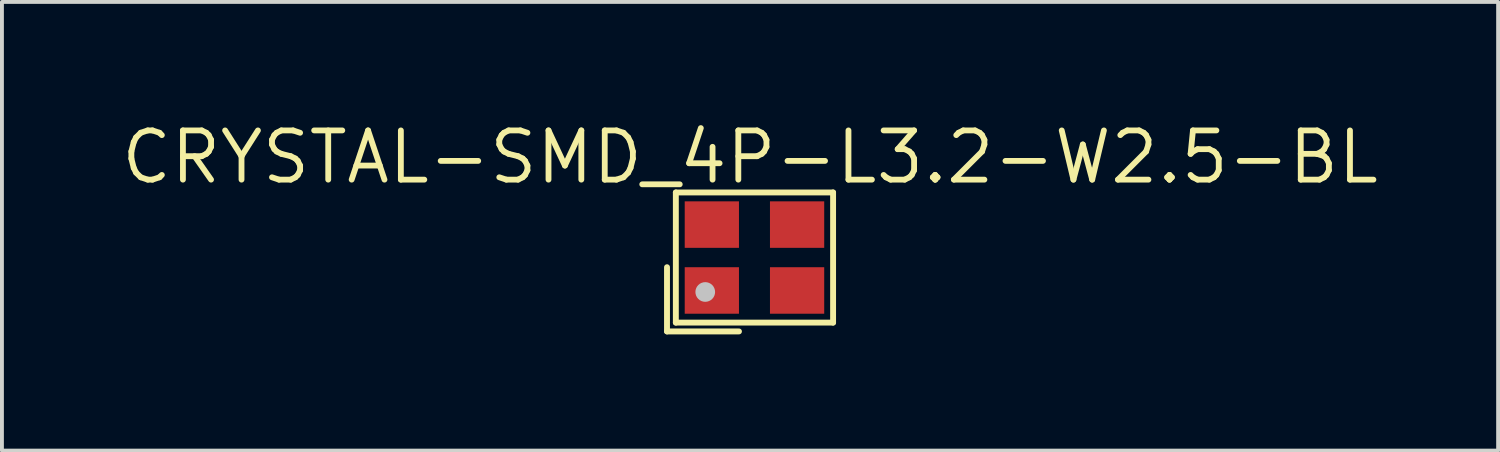
<source format=kicad_pcb>
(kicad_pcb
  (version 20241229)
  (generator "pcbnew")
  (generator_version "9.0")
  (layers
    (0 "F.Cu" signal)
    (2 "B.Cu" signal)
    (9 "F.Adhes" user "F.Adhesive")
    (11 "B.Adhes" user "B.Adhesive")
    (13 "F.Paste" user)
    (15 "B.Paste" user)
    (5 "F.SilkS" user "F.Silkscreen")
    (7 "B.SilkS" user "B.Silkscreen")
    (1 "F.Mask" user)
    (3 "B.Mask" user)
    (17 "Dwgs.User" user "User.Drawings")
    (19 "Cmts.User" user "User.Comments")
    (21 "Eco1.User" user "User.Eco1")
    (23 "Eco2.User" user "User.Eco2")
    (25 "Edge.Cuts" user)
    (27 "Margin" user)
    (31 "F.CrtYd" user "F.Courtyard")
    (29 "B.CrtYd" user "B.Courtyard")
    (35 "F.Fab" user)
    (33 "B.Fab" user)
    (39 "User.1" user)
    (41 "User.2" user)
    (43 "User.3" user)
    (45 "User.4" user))
  (footprint "CRYSTAL-SMD_4P-L3.2-W2.5-BL"
    (layer "F.Cu")
    (at 16.42 3.596)
    (property "Reference" "CRYSTAL-SMD_4P-L3.2-W2.5-BL" (at -0.114 -2.59 0) (layer "F.SilkS") (effects (font (size 1.27 1.27) (thickness 0.15))))
    (fp_line (start -2.257 0.25) (end -2.257 1.907) (stroke (width 0.152) (type default)) (layer "F.SilkS"))
    (fp_line (start -2.257 1.907) (end -0.4 1.907) (stroke (width 0.152) (type default)) (layer "F.SilkS"))
    (fp_line (start -2.029 -1.679) (end 2.029 -1.679) (stroke (width 0.152) (type default)) (layer "F.SilkS"))
    (fp_line (start -2.029 1.679) (end -2.029 -1.679) (stroke (width 0.152) (type default)) (layer "F.SilkS"))
    (fp_line (start 2.029 -1.679) (end 2.029 1.679) (stroke (width 0.152) (type default)) (layer "F.SilkS"))
    (fp_line (start 2.029 1.679) (end -2.029 1.679) (stroke (width 0.152) (type default)) (layer "F.SilkS"))
    (fp_circle (center -1.27 0.889) (end -1.143 0.889) (stroke (width 0.254) (type default)) (fill no) (layer "Dwgs.User"))
    (fp_circle (center -1.6 1.25) (end -1.57 1.25) (stroke (width 0.06) (type default)) (fill no) (layer "User.5"))
    (pad "1" smd rect (at -1.1 0.85) (size 1.4 1.2) (layers "F.Cu" "F.Mask" "F.Paste"))
    (pad "2" smd rect (at 1.1 0.85) (size 1.4 1.2) (layers "F.Cu" "F.Mask" "F.Paste"))
    (pad "3" smd rect (at 1.1 -0.85) (size 1.4 1.2) (layers "F.Cu" "F.Mask" "F.Paste"))
    (pad "4" smd rect (at -1.1 -0.85) (size 1.4 1.2) (layers "F.Cu" "F.Mask" "F.Paste"))
    (zone (net_name "") (layer "User.3") (hatch edge 0.5) (priority 100) (connect_pads yes) (min_thickness 0) (filled_areas_thickness no) (fill yes) (polygon (pts (xy 14.82 4.846) (xy 14.82 2.346) (xy 18.02 2.346) (xy 18.02 4.846))) (filled_polygon (layer "User.3") (island) (pts (xy 14.82 4.846) (xy 14.82 2.346) (xy 18.02 2.346) (xy 18.02 4.846))))
    (zone (net_name "") (layer "User.4") (hatch edge 0.5) (priority 100) (connect_pads yes) (min_thickness 0) (filled_areas_thickness no) (fill yes) (polygon (pts (xy 14.92 2.446) (xy 15.82 2.446) (xy 15.82 3.246) (xy 14.92 3.246))) (filled_polygon (layer "User.4") (island) (pts (xy 14.92 2.446) (xy 15.82 2.446) (xy 15.82 3.246) (xy 14.92 3.246))))
    (zone (net_name "") (layer "User.4") (hatch edge 0.5) (priority 100) (connect_pads yes) (min_thickness 0) (filled_areas_thickness no) (fill yes) (polygon (pts (xy 14.92 3.946) (xy 15.82 3.946) (xy 15.82 4.746) (xy 14.92 4.746))) (filled_polygon (layer "User.4") (island) (pts (xy 14.92 3.946) (xy 15.82 3.946) (xy 15.82 4.746) (xy 14.92 4.746))))
    (zone (net_name "") (layer "User.4") (hatch edge 0.5) (priority 100) (connect_pads yes) (min_thickness 0) (filled_areas_thickness no) (fill yes) (polygon (pts (xy 17.02 2.446) (xy 17.92 2.446) (xy 17.92 3.246) (xy 17.02 3.246))) (filled_polygon (layer "User.4") (island) (pts (xy 17.02 2.446) (xy 17.92 2.446) (xy 17.92 3.246) (xy 17.02 3.246))))
    (zone (net_name "") (layer "User.4") (hatch edge 0.5) (priority 100) (connect_pads yes) (min_thickness 0) (filled_areas_thickness no) (fill yes) (polygon (pts (xy 17.02 3.946) (xy 17.92 3.946) (xy 17.92 4.746) (xy 17.02 4.746))) (filled_polygon (layer "User.4") (island) (pts (xy 17.02 3.946) (xy 17.92 3.946) (xy 17.92 4.746) (xy 17.02 4.746)))))
  (gr_rect
    (start -3 -3)
    (end 35.611 8.579)
    (stroke (width 0.1) (type default))
    (fill no)
    (layer "Edge.Cuts")))
</source>
